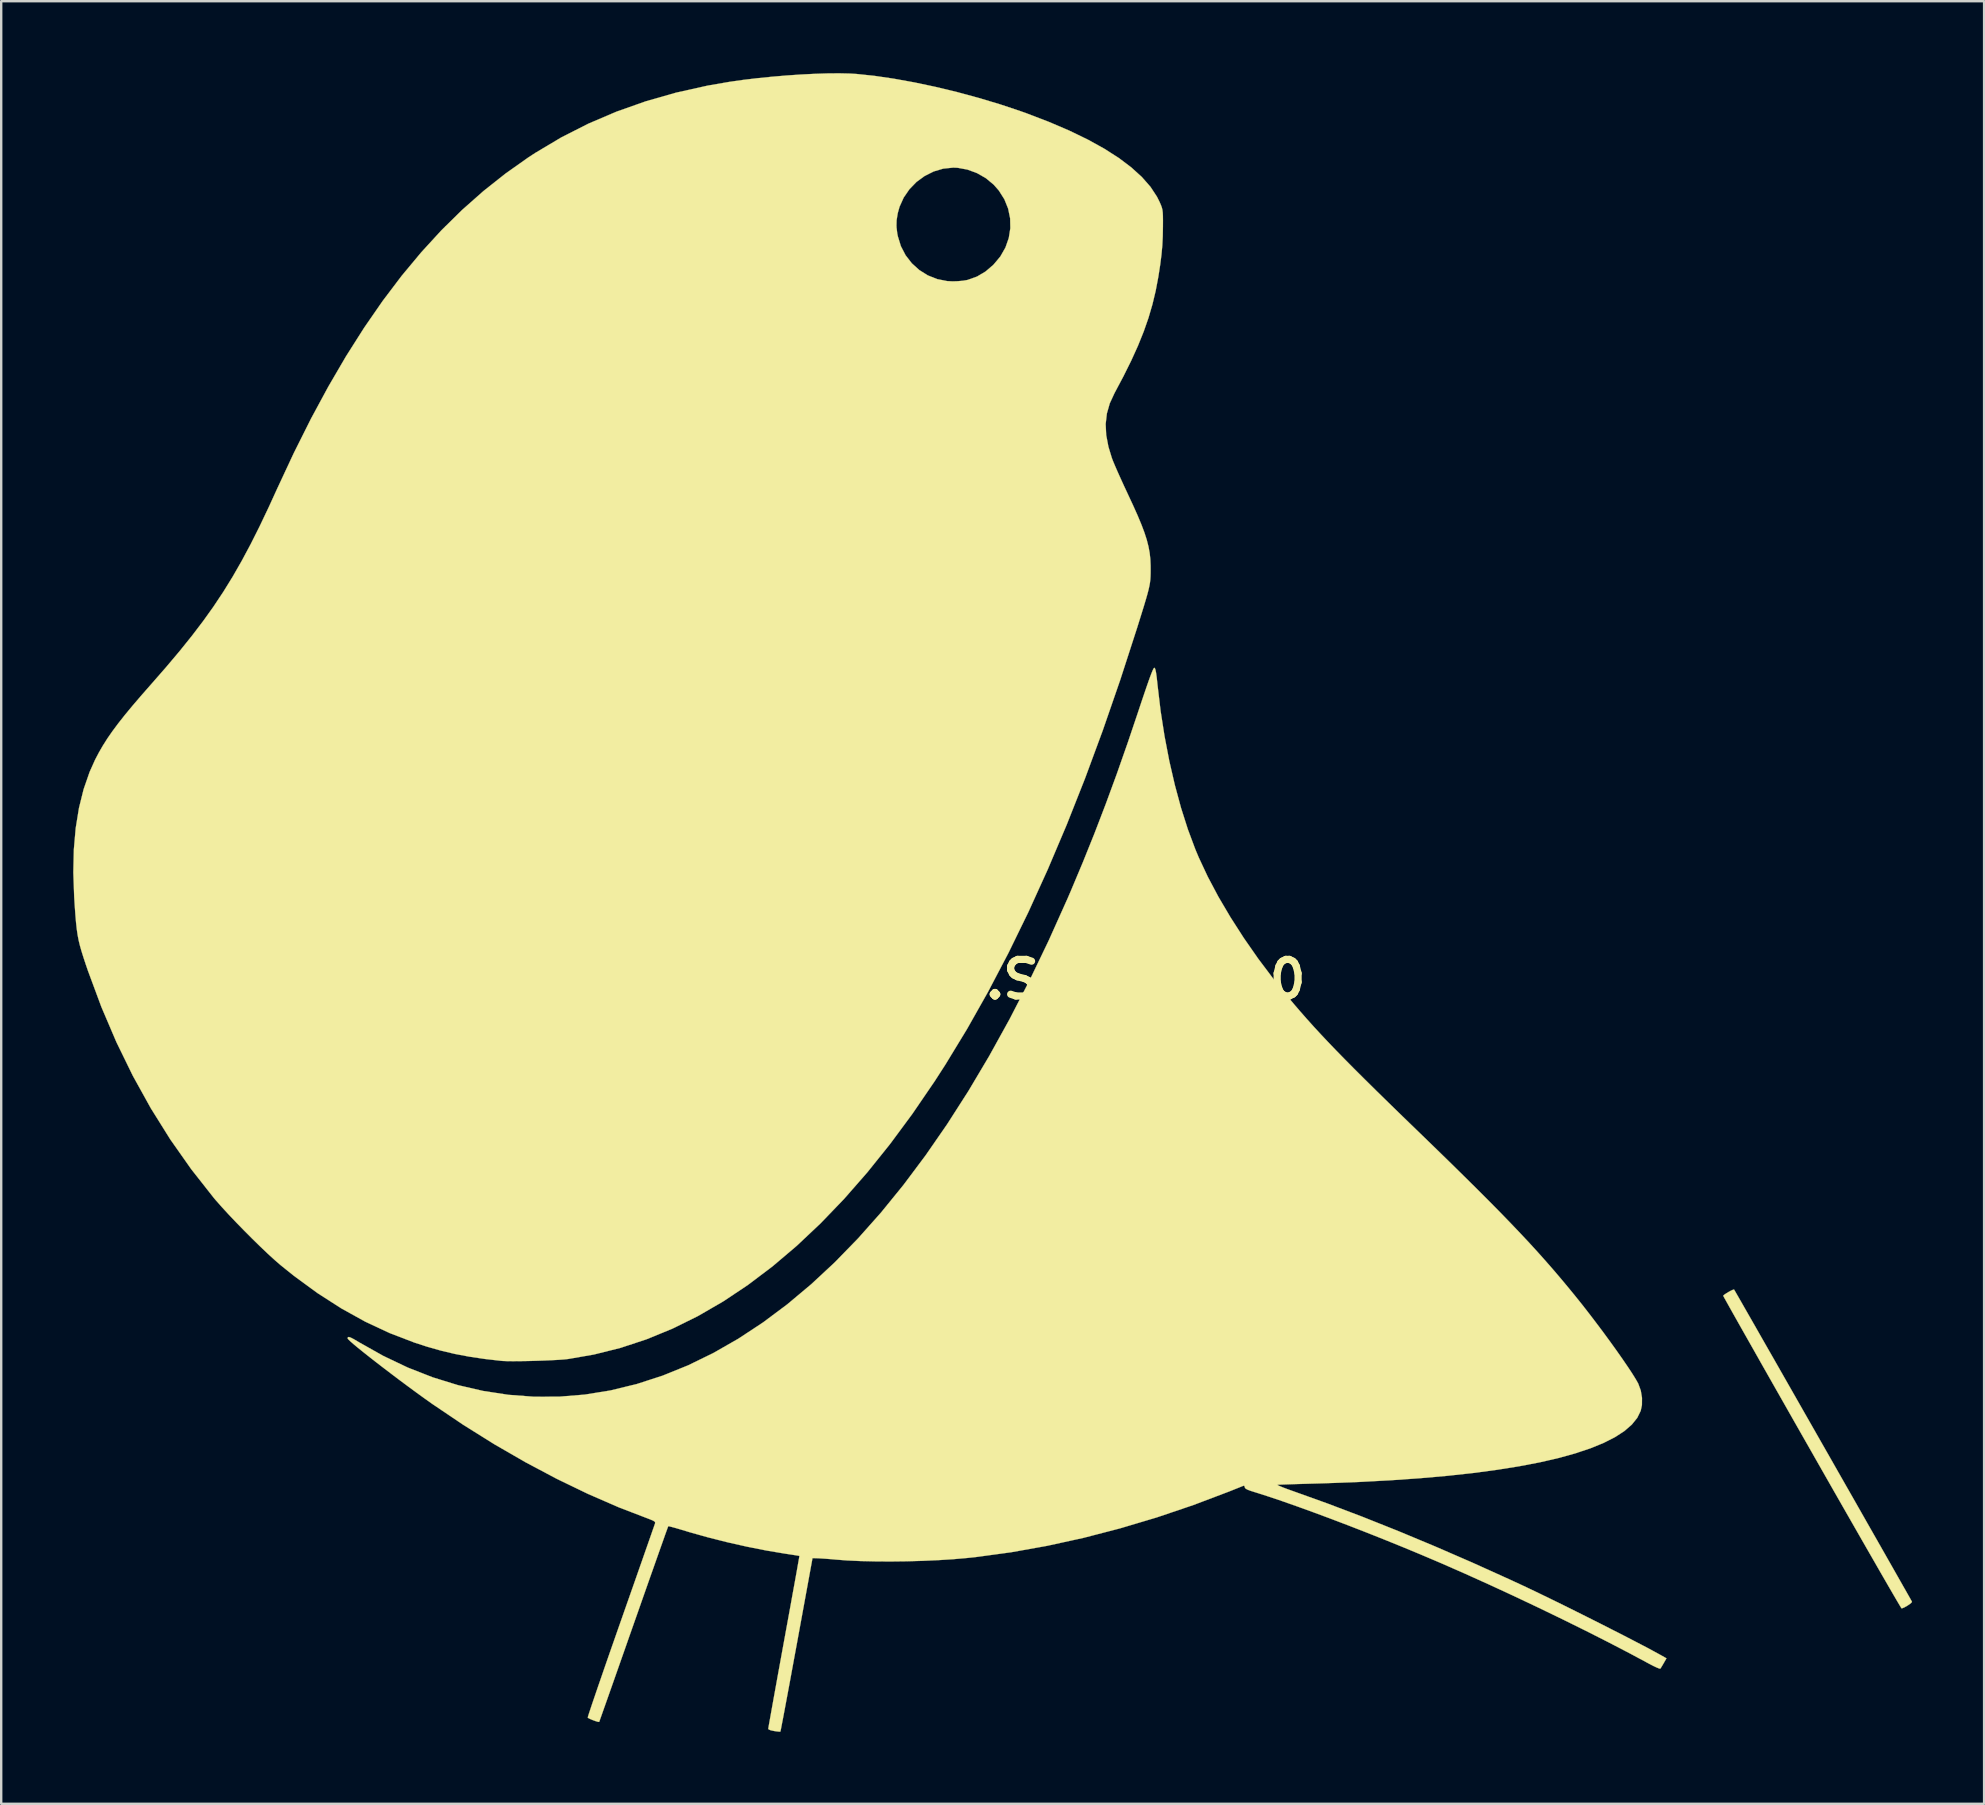
<source format=kicad_pcb>
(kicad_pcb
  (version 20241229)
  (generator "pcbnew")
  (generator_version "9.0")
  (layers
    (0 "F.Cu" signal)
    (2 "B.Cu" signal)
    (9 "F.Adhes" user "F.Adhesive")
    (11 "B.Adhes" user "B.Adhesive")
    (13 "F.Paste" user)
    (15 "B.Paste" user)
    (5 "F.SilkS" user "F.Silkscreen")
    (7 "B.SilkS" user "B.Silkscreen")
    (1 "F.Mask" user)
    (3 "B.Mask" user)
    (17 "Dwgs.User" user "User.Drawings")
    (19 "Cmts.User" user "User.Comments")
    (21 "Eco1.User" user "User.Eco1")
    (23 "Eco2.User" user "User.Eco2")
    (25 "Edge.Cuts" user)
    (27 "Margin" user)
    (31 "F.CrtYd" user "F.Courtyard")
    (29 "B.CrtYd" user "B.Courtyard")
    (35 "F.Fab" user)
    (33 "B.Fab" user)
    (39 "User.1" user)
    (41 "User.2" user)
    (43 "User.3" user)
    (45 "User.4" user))
  (footprint "F.SilkS_g840"
    (layer "F.Cu")
    (at 44.029 37.757)
    (property "Reference" "F.SilkS_g840" (at 0 0 0) (layer "F.SilkS") (effects (font (size 1.524 1.524) (thickness 0.3))))
    (attr through_hole)
    (fp_poly (pts (xy 25.191 12.958) (xy 25.253 13.065) (xy 25.352 13.237) (xy 25.485 13.469) (xy 25.649 13.757) (xy 25.843 14.095) (xy 26.063 14.48) (xy 26.306 14.907) (xy 26.571 15.371) (xy 26.855 15.867) (xy 27.154 16.392) (xy 27.467 16.941) (xy 27.791 17.509) (xy 28.123 18.092) (xy 28.461 18.684) (xy 28.802 19.283) (xy 29.144 19.882) (xy 29.483 20.478) (xy 29.818 21.066) (xy 30.146 21.641) (xy 30.464 22.2) (xy 30.769 22.737) (xy 31.06 23.247) (xy 31.333 23.727) (xy 31.586 24.172) (xy 31.816 24.577) (xy 32.021 24.938) (xy 32.198 25.25) (xy 32.345 25.508) (xy 32.459 25.709) (xy 32.537 25.848) (xy 32.576 25.919) (xy 32.581 25.928) (xy 32.556 25.969) (xy 32.48 26.031) (xy 32.375 26.1) (xy 32.266 26.161) (xy 32.177 26.198) (xy 32.146 26.203) (xy 32.122 26.167) (xy 32.058 26.06) (xy 31.956 25.888) (xy 31.819 25.653) (xy 31.648 25.359) (xy 31.447 25.011) (xy 31.216 24.611) (xy 30.959 24.163) (xy 30.676 23.671) (xy 30.371 23.139) (xy 30.046 22.571) (xy 29.702 21.97) (xy 29.342 21.34) (xy 28.968 20.684) (xy 28.582 20.007) (xy 28.412 19.707) (xy 28.021 19.022) (xy 27.642 18.356) (xy 27.277 17.713) (xy 26.927 17.097) (xy 26.595 16.513) (xy 26.283 15.963) (xy 25.994 15.451) (xy 25.728 14.982) (xy 25.488 14.558) (xy 25.277 14.184) (xy 25.096 13.863) (xy 24.948 13.599) (xy 24.835 13.396) (xy 24.758 13.258) (xy 24.72 13.187) (xy 24.716 13.179) (xy 24.751 13.142) (xy 24.835 13.084) (xy 24.944 13.018) (xy 25.052 12.96) (xy 25.135 12.924) (xy 25.168 12.919) (xy 25.191 12.958)) (stroke (width 0.01) (type solid)) (fill yes) (layer "F.SilkS"))
    (fp_poly (pts (xy -11.675 -37.742) (xy -11.402 -37.726) (xy -10.648 -37.647) (xy -9.836 -37.528) (xy -8.98 -37.373) (xy -8.095 -37.186) (xy -7.196 -36.969) (xy -6.297 -36.725) (xy -5.412 -36.46) (xy -4.557 -36.174) (xy -4.309 -36.086) (xy -3.378 -35.729) (xy -2.528 -35.365) (xy -1.76 -34.993) (xy -1.072 -34.613) (xy -0.467 -34.226) (xy 0.055 -33.832) (xy 0.495 -33.432) (xy 0.852 -33.026) (xy 1.124 -32.613) (xy 1.243 -32.373) (xy 1.292 -32.258) (xy 1.327 -32.162) (xy 1.351 -32.067) (xy 1.365 -31.957) (xy 1.372 -31.813) (xy 1.374 -31.619) (xy 1.373 -31.369) (xy 1.366 -30.962) (xy 1.347 -30.579) (xy 1.312 -30.195) (xy 1.26 -29.783) (xy 1.188 -29.318) (xy 1.181 -29.273) (xy 1.071 -28.691) (xy 0.935 -28.124) (xy 0.77 -27.561) (xy 0.571 -26.992) (xy 0.334 -26.404) (xy 0.054 -25.787) (xy -0.273 -25.129) (xy -0.648 -24.422) (xy -0.842 -24.002) (xy -0.963 -23.578) (xy -1.013 -23.141) (xy -0.991 -22.682) (xy -0.898 -22.194) (xy -0.755 -21.724) (xy -0.703 -21.588) (xy -0.619 -21.389) (xy -0.512 -21.143) (xy -0.386 -20.863) (xy -0.249 -20.563) (xy -0.107 -20.259) (xy -0.106 -20.256) (xy 0.125 -19.761) (xy 0.318 -19.33) (xy 0.476 -18.952) (xy 0.602 -18.618) (xy 0.699 -18.317) (xy 0.77 -18.039) (xy 0.819 -17.775) (xy 0.848 -17.514) (xy 0.86 -17.245) (xy 0.861 -17.081) (xy 0.86 -16.926) (xy 0.856 -16.789) (xy 0.848 -16.662) (xy 0.833 -16.534) (xy 0.809 -16.397) (xy 0.774 -16.241) (xy 0.726 -16.056) (xy 0.662 -15.833) (xy 0.581 -15.561) (xy 0.479 -15.232) (xy 0.355 -14.835) (xy 0.299 -14.655) (xy -0.406 -12.479) (xy -1.13 -10.386) (xy -1.874 -8.372) (xy -2.639 -6.439) (xy -3.426 -4.584) (xy -4.234 -2.806) (xy -5.063 -1.106) (xy -5.915 0.518) (xy -6.79 2.068) (xy -7.688 3.543) (xy -8.147 4.255) (xy -9.065 5.598) (xy -9.999 6.861) (xy -10.948 8.043) (xy -11.912 9.144) (xy -12.891 10.162) (xy -13.886 11.1) (xy -14.894 11.955) (xy -15.917 12.727) (xy -16.953 13.418) (xy -18.003 14.026) (xy -19.066 14.551) (xy -20.143 14.993) (xy -21.232 15.352) (xy -22.334 15.627) (xy -23.41 15.814) (xy -23.581 15.832) (xy -23.817 15.849) (xy -24.102 15.864) (xy -24.419 15.878) (xy -24.754 15.889) (xy -25.089 15.898) (xy -25.411 15.903) (xy -25.702 15.905) (xy -25.946 15.903) (xy -26.129 15.896) (xy -26.183 15.892) (xy -26.889 15.811) (xy -27.533 15.715) (xy -28.134 15.601) (xy -28.715 15.463) (xy -29.297 15.297) (xy -29.82 15.127) (xy -30.846 14.733) (xy -31.858 14.26) (xy -32.859 13.705) (xy -33.851 13.068) (xy -34.834 12.348) (xy -35.391 11.901) (xy -35.631 11.693) (xy -35.915 11.434) (xy -36.229 11.135) (xy -36.563 10.809) (xy -36.903 10.468) (xy -37.237 10.125) (xy -37.554 9.791) (xy -37.84 9.48) (xy -38.085 9.203) (xy -38.17 9.102) (xy -39.11 7.907) (xy -39.985 6.663) (xy -40.795 5.367) (xy -41.543 4.017) (xy -42.229 2.612) (xy -42.854 1.149) (xy -43.418 -0.371) (xy -43.504 -0.622) (xy -43.602 -0.919) (xy -43.683 -1.177) (xy -43.749 -1.41) (xy -43.803 -1.632) (xy -43.846 -1.858) (xy -43.881 -2.1) (xy -43.911 -2.374) (xy -43.938 -2.693) (xy -43.965 -3.071) (xy -43.988 -3.441) (xy -44.024 -4.459) (xy -44.002 -5.415) (xy -43.924 -6.311) (xy -43.788 -7.147) (xy -43.595 -7.924) (xy -43.345 -8.645) (xy -43.115 -9.157) (xy -42.961 -9.451) (xy -42.793 -9.742) (xy -42.606 -10.038) (xy -42.393 -10.345) (xy -42.149 -10.673) (xy -41.868 -11.029) (xy -41.543 -11.421) (xy -41.169 -11.857) (xy -40.763 -12.319) (xy -40.15 -13.021) (xy -39.592 -13.683) (xy -39.083 -14.316) (xy -38.614 -14.932) (xy -38.179 -15.541) (xy -37.771 -16.155) (xy -37.382 -16.785) (xy -37.006 -17.442) (xy -36.634 -18.138) (xy -36.26 -18.883) (xy -35.876 -19.69) (xy -35.54 -20.426) (xy -34.838 -21.931) (xy -34.126 -23.355) (xy -33.4 -24.699) (xy -32.661 -25.965) (xy -31.905 -27.156) (xy -31.132 -28.274) (xy -30.339 -29.322) (xy -29.524 -30.3) (xy -28.687 -31.213) (xy -28.531 -31.366) (xy -9.73 -31.366) (xy -9.696 -31.083) (xy -9.673 -30.967) (xy -9.545 -30.55) (xy -9.348 -30.171) (xy -9.09 -29.838) (xy -8.78 -29.557) (xy -8.426 -29.335) (xy -8.036 -29.179) (xy -7.618 -29.096) (xy -7.385 -29.084) (xy -7.177 -29.091) (xy -6.966 -29.11) (xy -6.793 -29.138) (xy -6.761 -29.146) (xy -6.372 -29.285) (xy -6.018 -29.495) (xy -5.689 -29.777) (xy -5.402 -30.12) (xy -5.189 -30.493) (xy -5.05 -30.889) (xy -4.985 -31.297) (xy -4.993 -31.709) (xy -5.076 -32.114) (xy -5.233 -32.504) (xy -5.464 -32.869) (xy -5.677 -33.112) (xy -6.002 -33.382) (xy -6.372 -33.594) (xy -6.77 -33.741) (xy -7.178 -33.816) (xy -7.363 -33.824) (xy -7.781 -33.781) (xy -8.182 -33.662) (xy -8.556 -33.474) (xy -8.895 -33.226) (xy -9.188 -32.924) (xy -9.427 -32.577) (xy -9.601 -32.192) (xy -9.676 -31.924) (xy -9.723 -31.633) (xy -9.73 -31.366) (xy -28.531 -31.366) (xy -27.825 -32.061) (xy -26.937 -32.847) (xy -26.021 -33.573) (xy -25.075 -34.242) (xy -24.765 -34.444) (xy -23.69 -35.084) (xy -22.567 -35.654) (xy -21.396 -36.154) (xy -20.177 -36.585) (xy -18.91 -36.947) (xy -17.594 -37.24) (xy -16.679 -37.398) (xy -16.125 -37.477) (xy -15.54 -37.547) (xy -14.936 -37.608) (xy -14.328 -37.66) (xy -13.729 -37.701) (xy -13.151 -37.73) (xy -12.607 -37.748) (xy -12.111 -37.752) (xy -11.675 -37.742)) (stroke (width 0.01) (type solid)) (fill yes) (layer "F.SilkS"))
    (fp_poly (pts (xy 1.04 -12.962) (xy 1.063 -12.896) (xy 1.087 -12.776) (xy 1.112 -12.595) (xy 1.14 -12.34) (xy 1.149 -12.255) (xy 1.276 -11.185) (xy 1.441 -10.129) (xy 1.639 -9.097) (xy 1.869 -8.1) (xy 2.127 -7.148) (xy 2.412 -6.253) (xy 2.721 -5.425) (xy 2.864 -5.084) (xy 3.24 -4.281) (xy 3.683 -3.446) (xy 4.187 -2.591) (xy 4.743 -1.725) (xy 5.346 -0.859) (xy 5.989 -0.005) (xy 6.577 0.725) (xy 6.841 1.039) (xy 7.105 1.346) (xy 7.373 1.651) (xy 7.65 1.96) (xy 7.942 2.276) (xy 8.252 2.606) (xy 8.586 2.954) (xy 8.948 3.325) (xy 9.344 3.725) (xy 9.778 4.157) (xy 10.255 4.628) (xy 10.78 5.142) (xy 11.357 5.704) (xy 11.938 6.266) (xy 12.65 6.956) (xy 13.304 7.593) (xy 13.904 8.183) (xy 14.456 8.729) (xy 14.964 9.238) (xy 15.433 9.713) (xy 15.866 10.16) (xy 16.269 10.583) (xy 16.647 10.987) (xy 17.003 11.377) (xy 17.342 11.757) (xy 17.67 12.133) (xy 17.99 12.51) (xy 18.307 12.891) (xy 18.566 13.208) (xy 18.849 13.561) (xy 19.14 13.935) (xy 19.435 14.322) (xy 19.728 14.713) (xy 20.011 15.099) (xy 20.279 15.472) (xy 20.525 15.823) (xy 20.744 16.143) (xy 20.929 16.424) (xy 21.074 16.657) (xy 21.173 16.833) (xy 21.179 16.846) (xy 21.282 17.128) (xy 21.333 17.433) (xy 21.33 17.733) (xy 21.279 17.972) (xy 21.134 18.267) (xy 20.907 18.548) (xy 20.598 18.816) (xy 20.208 19.069) (xy 19.738 19.308) (xy 19.189 19.533) (xy 18.562 19.743) (xy 17.858 19.938) (xy 17.077 20.118) (xy 16.221 20.282) (xy 15.29 20.431) (xy 14.286 20.565) (xy 13.209 20.682) (xy 12.06 20.783) (xy 10.84 20.868) (xy 9.55 20.937) (xy 8.191 20.988) (xy 7.874 20.998) (xy 7.507 21.008) (xy 7.164 21.018) (xy 6.855 21.027) (xy 6.589 21.036) (xy 6.376 21.043) (xy 6.227 21.048) (xy 6.151 21.052) (xy 6.147 21.052) (xy 6.154 21.068) (xy 6.231 21.106) (xy 6.368 21.163) (xy 6.555 21.234) (xy 6.781 21.315) (xy 6.824 21.33) (xy 8.23 21.835) (xy 9.689 22.389) (xy 11.189 22.987) (xy 12.718 23.625) (xy 14.263 24.296) (xy 15.812 24.996) (xy 16.362 25.251) (xy 16.735 25.427) (xy 17.154 25.629) (xy 17.611 25.851) (xy 18.094 26.088) (xy 18.593 26.336) (xy 19.1 26.589) (xy 19.605 26.843) (xy 20.096 27.093) (xy 20.565 27.332) (xy 21.002 27.558) (xy 21.397 27.764) (xy 21.74 27.946) (xy 22.021 28.099) (xy 22.13 28.159) (xy 22.352 28.285) (xy 22.239 28.483) (xy 22.17 28.6) (xy 22.116 28.688) (xy 22.097 28.715) (xy 22.051 28.71) (xy 21.947 28.669) (xy 21.801 28.6) (xy 21.649 28.521) (xy 20.827 28.08) (xy 19.939 27.618) (xy 18.998 27.141) (xy 18.017 26.656) (xy 17.009 26.169) (xy 15.989 25.686) (xy 14.969 25.214) (xy 13.963 24.76) (xy 12.984 24.33) (xy 12.762 24.235) (xy 12.058 23.936) (xy 11.329 23.634) (xy 10.584 23.332) (xy 9.834 23.034) (xy 9.088 22.744) (xy 8.358 22.466) (xy 7.652 22.204) (xy 6.982 21.961) (xy 6.357 21.741) (xy 5.788 21.549) (xy 5.284 21.387) (xy 5.231 21.371) (xy 5.028 21.307) (xy 4.896 21.257) (xy 4.82 21.215) (xy 4.787 21.176) (xy 4.784 21.154) (xy 4.762 21.096) (xy 4.731 21.094) (xy 4.673 21.117) (xy 4.554 21.165) (xy 4.388 21.231) (xy 4.193 21.309) (xy 4.149 21.327) (xy 2.641 21.898) (xy 1.116 22.414) (xy -0.417 22.871) (xy -1.947 23.268) (xy -3.465 23.6) (xy -4.961 23.867) (xy -6.424 24.066) (xy -6.795 24.105) (xy -7.366 24.155) (xy -7.986 24.194) (xy -8.638 24.223) (xy -9.306 24.242) (xy -9.972 24.25) (xy -10.621 24.246) (xy -11.235 24.232) (xy -11.797 24.206) (xy -12.255 24.171) (xy -12.481 24.151) (xy -12.701 24.134) (xy -12.887 24.122) (xy -12.995 24.116) (xy -13.227 24.109) (xy -13.887 27.718) (xy -13.987 28.258) (xy -14.082 28.775) (xy -14.171 29.261) (xy -14.255 29.711) (xy -14.331 30.118) (xy -14.398 30.477) (xy -14.456 30.782) (xy -14.503 31.027) (xy -14.537 31.205) (xy -14.559 31.311) (xy -14.566 31.339) (xy -14.614 31.34) (xy -14.72 31.329) (xy -14.827 31.313) (xy -14.963 31.284) (xy -15.05 31.249) (xy -15.071 31.224) (xy -15.063 31.176) (xy -15.042 31.05) (xy -15.007 30.854) (xy -14.96 30.592) (xy -14.903 30.272) (xy -14.836 29.899) (xy -14.76 29.48) (xy -14.677 29.02) (xy -14.587 28.526) (xy -14.492 28.004) (xy -14.418 27.599) (xy -14.32 27.061) (xy -14.226 26.548) (xy -14.138 26.065) (xy -14.058 25.618) (xy -13.984 25.214) (xy -13.92 24.859) (xy -13.866 24.558) (xy -13.824 24.318) (xy -13.793 24.144) (xy -13.776 24.043) (xy -13.772 24.018) (xy -13.814 24.01) (xy -13.925 23.992) (xy -14.09 23.966) (xy -14.294 23.935) (xy -14.393 23.92) (xy -15.154 23.792) (xy -15.96 23.632) (xy -16.785 23.446) (xy -17.599 23.24) (xy -18.374 23.022) (xy -18.511 22.98) (xy -18.742 22.911) (xy -18.943 22.852) (xy -19.102 22.809) (xy -19.204 22.784) (xy -19.237 22.78) (xy -19.253 22.821) (xy -19.295 22.937) (xy -19.362 23.122) (xy -19.45 23.372) (xy -19.559 23.679) (xy -19.687 24.04) (xy -19.831 24.449) (xy -19.991 24.9) (xy -20.163 25.389) (xy -20.346 25.91) (xy -20.538 26.457) (xy -20.68 26.86) (xy -20.878 27.423) (xy -21.067 27.963) (xy -21.247 28.474) (xy -21.415 28.952) (xy -21.57 29.392) (xy -21.709 29.787) (xy -21.831 30.132) (xy -21.934 30.423) (xy -22.015 30.653) (xy -22.074 30.818) (xy -22.107 30.913) (xy -22.115 30.934) (xy -22.161 30.931) (xy -22.257 30.903) (xy -22.375 30.861) (xy -22.488 30.814) (xy -22.569 30.773) (xy -22.591 30.753) (xy -22.58 30.708) (xy -22.543 30.588) (xy -22.48 30.399) (xy -22.396 30.146) (xy -22.29 29.836) (xy -22.166 29.472) (xy -22.024 29.062) (xy -21.868 28.609) (xy -21.698 28.12) (xy -21.516 27.6) (xy -21.325 27.054) (xy -21.204 26.71) (xy -21.008 26.15) (xy -20.819 25.613) (xy -20.64 25.103) (xy -20.473 24.626) (xy -20.319 24.187) (xy -20.181 23.792) (xy -20.06 23.446) (xy -19.958 23.155) (xy -19.878 22.924) (xy -19.82 22.759) (xy -19.788 22.665) (xy -19.781 22.645) (xy -19.794 22.598) (xy -19.866 22.549) (xy -20.007 22.49) (xy -20.031 22.481) (xy -21.293 21.996) (xy -22.579 21.436) (xy -23.879 20.808) (xy -25.185 20.115) (xy -26.488 19.363) (xy -27.78 18.555) (xy -29.052 17.697) (xy -29.088 17.672) (xy -29.39 17.457) (xy -29.712 17.225) (xy -30.046 16.979) (xy -30.386 16.727) (xy -30.725 16.471) (xy -31.056 16.219) (xy -31.372 15.976) (xy -31.667 15.746) (xy -31.933 15.535) (xy -32.164 15.349) (xy -32.352 15.192) (xy -32.491 15.07) (xy -32.574 14.989) (xy -32.596 14.957) (xy -32.586 14.91) (xy -32.549 14.896) (xy -32.473 14.919) (xy -32.35 14.981) (xy -32.169 15.087) (xy -32.109 15.123) (xy -31.106 15.687) (xy -30.086 16.172) (xy -29.052 16.577) (xy -28.007 16.901) (xy -26.954 17.144) (xy -25.896 17.306) (xy -24.835 17.386) (xy -23.774 17.383) (xy -22.716 17.297) (xy -21.663 17.127) (xy -21.632 17.121) (xy -20.546 16.856) (xy -19.47 16.507) (xy -18.406 16.076) (xy -17.354 15.562) (xy -16.315 14.967) (xy -15.289 14.291) (xy -14.276 13.534) (xy -13.278 12.697) (xy -12.294 11.781) (xy -11.326 10.786) (xy -10.373 9.713) (xy -9.437 8.562) (xy -8.518 7.334) (xy -7.616 6.03) (xy -6.732 4.65) (xy -5.867 3.194) (xy -5.021 1.664) (xy -4.194 0.06) (xy -3.388 -1.617) (xy -2.602 -3.368) (xy -2.466 -3.683) (xy -1.962 -4.884) (xy -1.478 -6.087) (xy -1.009 -7.309) (xy -0.548 -8.565) (xy -0.089 -9.874) (xy 0.325 -11.102) (xy 0.481 -11.571) (xy 0.614 -11.964) (xy 0.724 -12.285) (xy 0.814 -12.54) (xy 0.886 -12.732) (xy 0.941 -12.867) (xy 0.981 -12.95) (xy 1.008 -12.984) (xy 1.014 -12.985) (xy 1.04 -12.962)) (stroke (width 0.01) (type solid)) (fill yes) (layer "F.SilkS")))
  (gr_rect
    (start -3 -3)
    (end 79.615 72.102)
    (stroke (width 0.1) (type default))
    (fill no)
    (layer "Edge.Cuts")))
</source>
